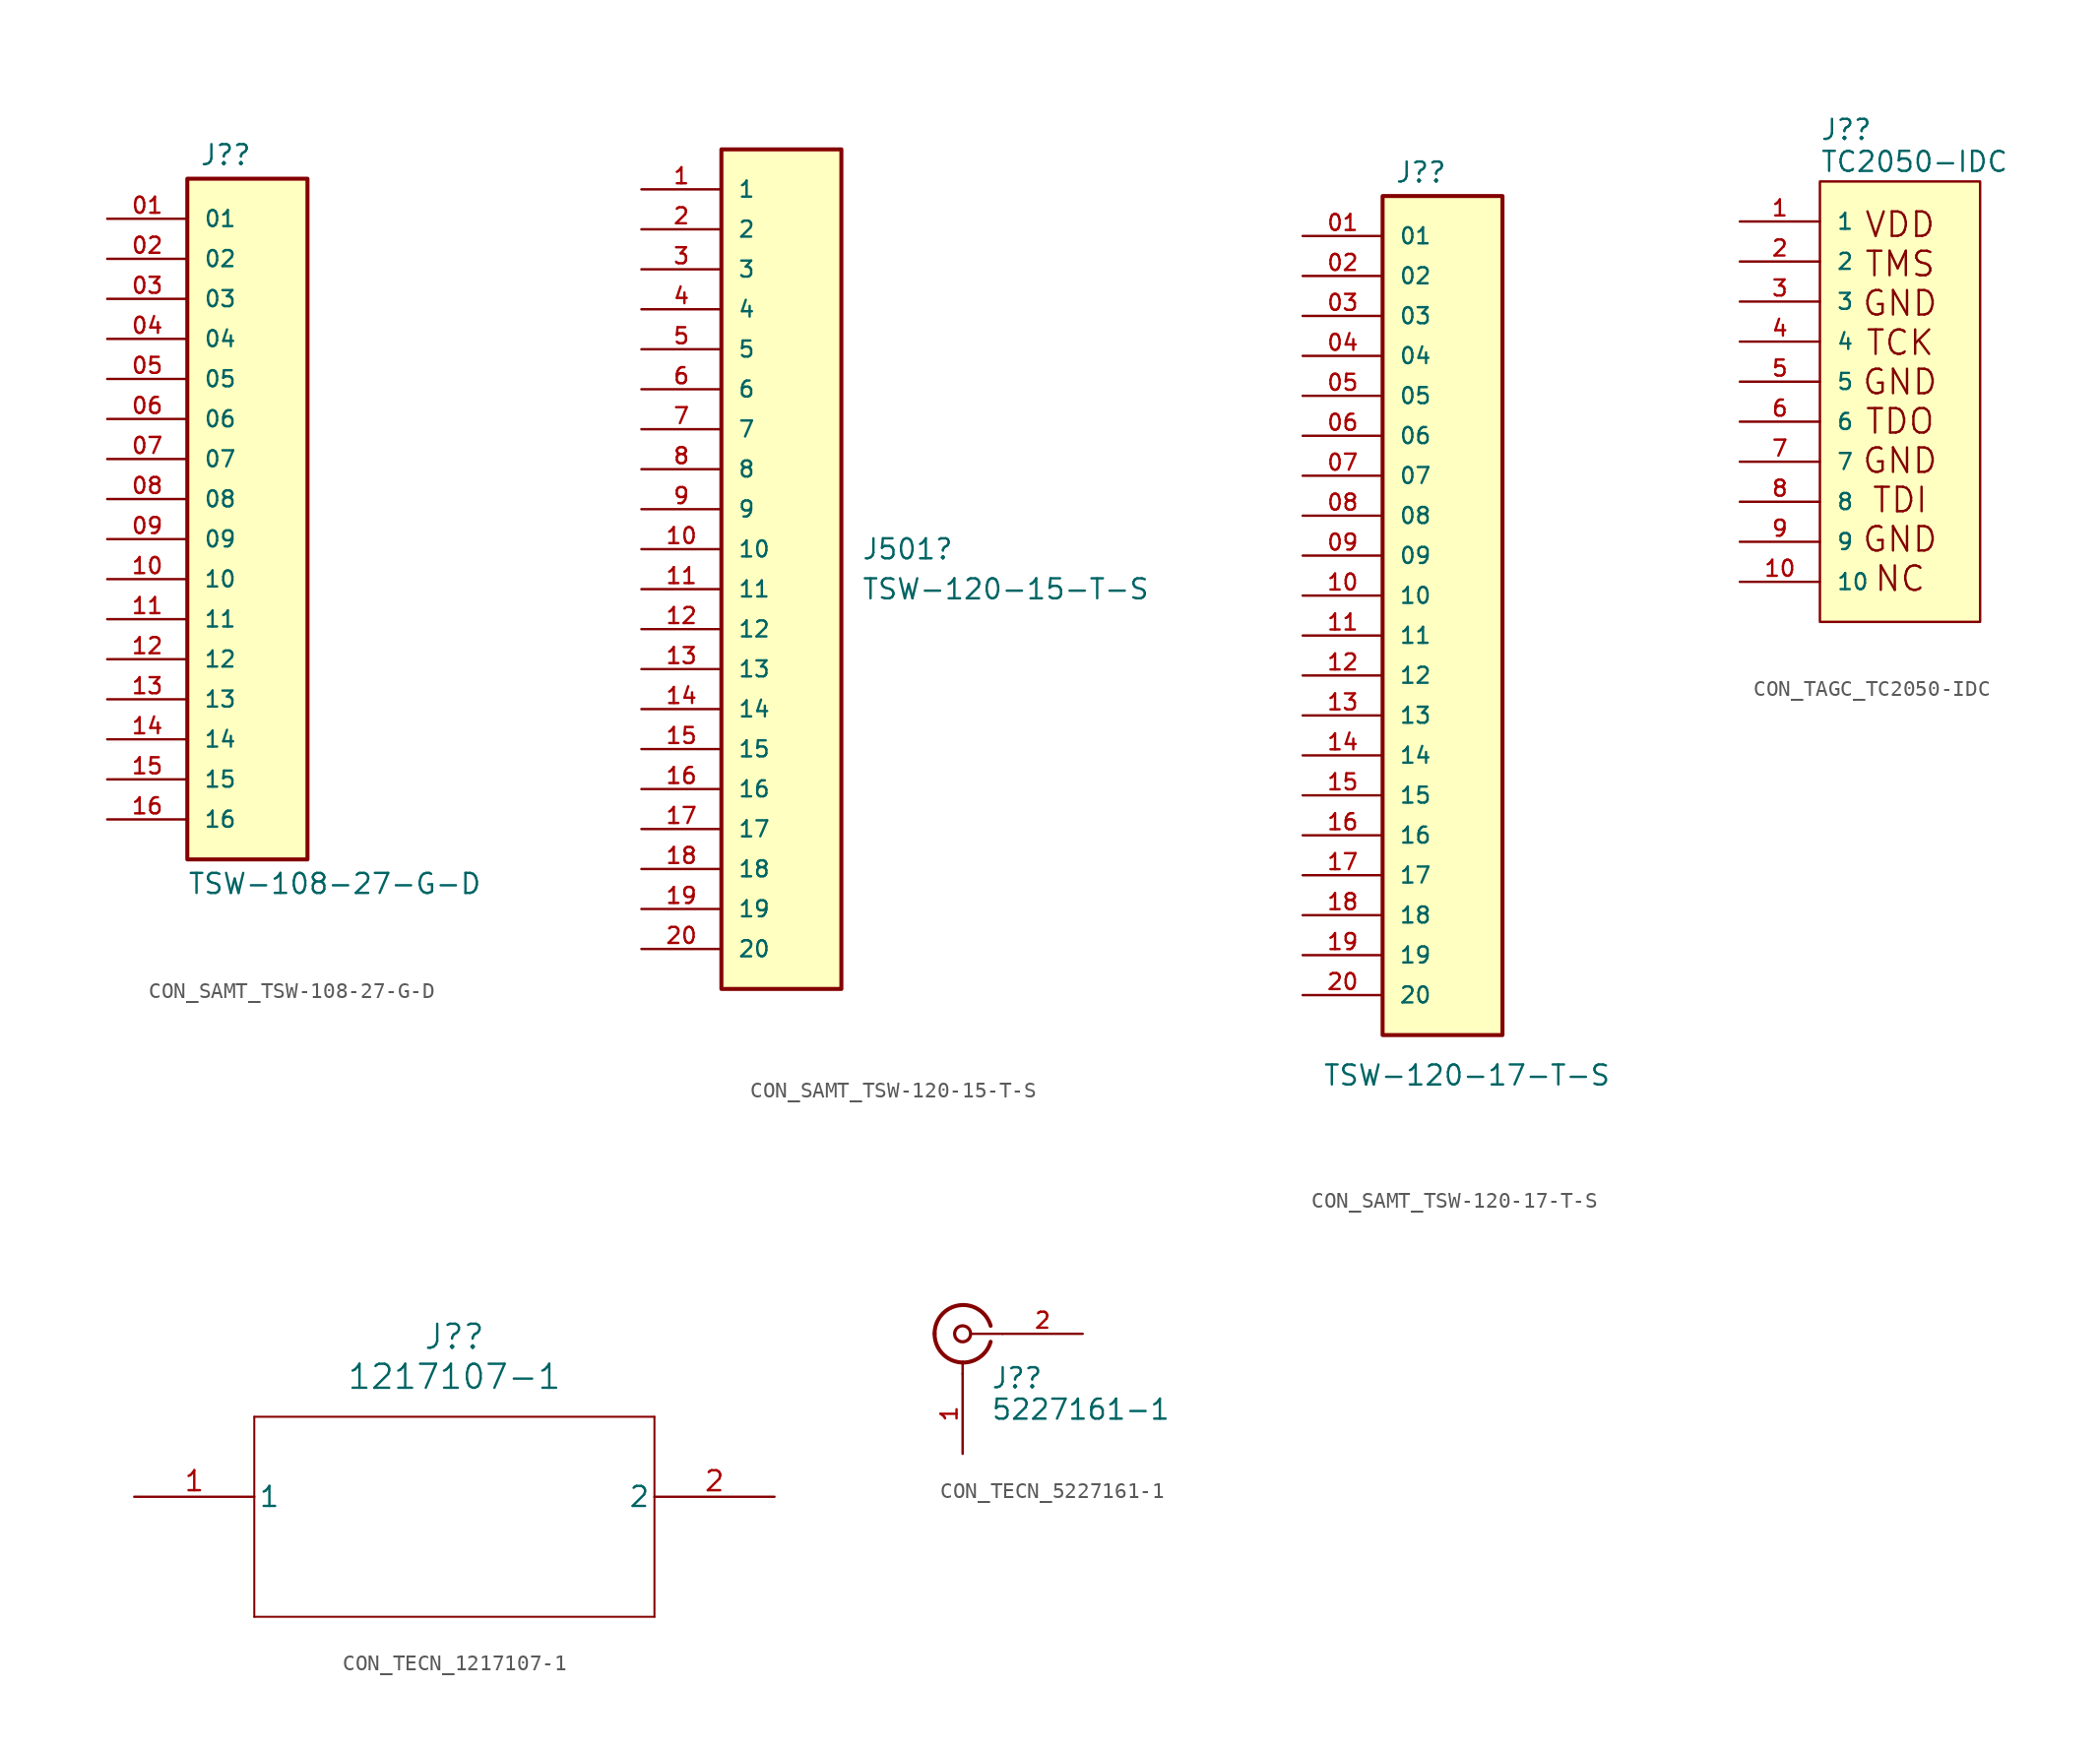
<source format=kicad_sym>
(kicad_symbol_lib
  (version 20231120)
  (generator "kicad_symbol_editor")
  (generator_version "8.0")
  (symbol "CON_SAMT_TSW-108-27-G-D"
    (pin_names
      (offset 1.016))
    (property "Reference" "J?"
      (at -3.048 22.352 0)
      (effects (font (size 1.27 1.27)) (justify left bottom)))
    (property "Value" "TSW-108-27-G-D"
      (at -3.81 -23.876 0)
      (effects (font (size 1.27 1.27)) (justify left bottom)))
    (symbol "CON_SAMT_TSW-108-27-G-D_0_0"
      (rectangle (start -3.81 21.59) (end 3.81 -21.59) (stroke (width 0.254) (type solid)) (fill (type background)))
      (pin passive line (at -8.89 19.05 0) (length 5.08) (name "01" (effects (font (size 1.016 1.016)))) (number "01" (effects (font (size 1.016 1.016)))))
      (pin passive line (at -8.89 16.51 0) (length 5.08) (name "02" (effects (font (size 1.016 1.016)))) (number "02" (effects (font (size 1.016 1.016)))))
      (pin passive line (at -8.89 13.97 0) (length 5.08) (name "03" (effects (font (size 1.016 1.016)))) (number "03" (effects (font (size 1.016 1.016)))))
      (pin passive line (at -8.89 11.43 0) (length 5.08) (name "04" (effects (font (size 1.016 1.016)))) (number "04" (effects (font (size 1.016 1.016)))))
      (pin passive line (at -8.89 8.89 0) (length 5.08) (name "05" (effects (font (size 1.016 1.016)))) (number "05" (effects (font (size 1.016 1.016)))))
      (pin passive line (at -8.89 6.35 0) (length 5.08) (name "06" (effects (font (size 1.016 1.016)))) (number "06" (effects (font (size 1.016 1.016)))))
      (pin passive line (at -8.89 3.81 0) (length 5.08) (name "07" (effects (font (size 1.016 1.016)))) (number "07" (effects (font (size 1.016 1.016)))))
      (pin passive line (at -8.89 1.27 0) (length 5.08) (name "08" (effects (font (size 1.016 1.016)))) (number "08" (effects (font (size 1.016 1.016)))))
      (pin passive line (at -8.89 -1.27 0) (length 5.08) (name "09" (effects (font (size 1.016 1.016)))) (number "09" (effects (font (size 1.016 1.016)))))
      (pin passive line (at -8.89 -3.81 0) (length 5.08) (name "10" (effects (font (size 1.016 1.016)))) (number "10" (effects (font (size 1.016 1.016)))))
      (pin passive line (at -8.89 -6.35 0) (length 5.08) (name "11" (effects (font (size 1.016 1.016)))) (number "11" (effects (font (size 1.016 1.016)))))
      (pin passive line (at -8.89 -8.89 0) (length 5.08) (name "12" (effects (font (size 1.016 1.016)))) (number "12" (effects (font (size 1.016 1.016))))))
    (symbol "CON_SAMT_TSW-108-27-G-D_1_0"
      (pin passive line (at -8.89 -11.43 0) (length 5.08) (name "13" (effects (font (size 1.016 1.016)))) (number "13" (effects (font (size 1.016 1.016)))))
      (pin passive line (at -8.89 -13.97 0) (length 5.08) (name "14" (effects (font (size 1.016 1.016)))) (number "14" (effects (font (size 1.016 1.016)))))
      (pin passive line (at -8.89 -16.51 0) (length 5.08) (name "15" (effects (font (size 1.016 1.016)))) (number "15" (effects (font (size 1.016 1.016)))))
      (pin passive line (at -8.89 -19.05 0) (length 5.08) (name "16" (effects (font (size 1.016 1.016)))) (number "16" (effects (font (size 1.016 1.016)))))))
  (symbol "CON_SAMT_TSW-120-15-T-S"
    (pin_names
      (offset 1.016))
    (property "Reference" "J501"
      (at 5.08 -3.81 0)
      (effects (font (size 1.27 1.27)) (justify left)))
    (property "Value" "TSW-120-15-T-S"
      (at 5.08 -6.35 0)
      (effects (font (size 1.27 1.27)) (justify left)))
    (symbol "CON_SAMT_TSW-120-15-T-S_0_0"
      (rectangle (start -3.81 21.59) (end 3.81 -31.75) (stroke (width 0.254) (type solid)) (fill (type background)))
      (pin passive line (at -8.89 -3.81 0) (length 5.08) (name "10" (effects (font (size 1.016 1.016)))) (number "10" (effects (font (size 1.016 1.016)))))
      (pin passive line (at -8.89 -6.35 0) (length 5.08) (name "11" (effects (font (size 1.016 1.016)))) (number "11" (effects (font (size 1.016 1.016)))))
      (pin passive line (at -8.89 -8.89 0) (length 5.08) (name "12" (effects (font (size 1.016 1.016)))) (number "12" (effects (font (size 1.016 1.016)))))
      (pin passive line (at -8.89 16.51 0) (length 5.08) (name "2" (effects (font (size 1.016 1.016)))) (number "2" (effects (font (size 1.016 1.016)))))
      (pin passive line (at -8.89 13.97 0) (length 5.08) (name "3" (effects (font (size 1.016 1.016)))) (number "3" (effects (font (size 1.016 1.016)))))
      (pin passive line (at -8.89 11.43 0) (length 5.08) (name "4" (effects (font (size 1.016 1.016)))) (number "4" (effects (font (size 1.016 1.016)))))
      (pin passive line (at -8.89 8.89 0) (length 5.08) (name "5" (effects (font (size 1.016 1.016)))) (number "5" (effects (font (size 1.016 1.016)))))
      (pin passive line (at -8.89 6.35 0) (length 5.08) (name "6" (effects (font (size 1.016 1.016)))) (number "6" (effects (font (size 1.016 1.016)))))
      (pin passive line (at -8.89 3.81 0) (length 5.08) (name "7" (effects (font (size 1.016 1.016)))) (number "7" (effects (font (size 1.016 1.016)))))
      (pin passive line (at -8.89 1.27 0) (length 5.08) (name "8" (effects (font (size 1.016 1.016)))) (number "8" (effects (font (size 1.016 1.016)))))
      (pin passive line (at -8.89 -1.27 0) (length 5.08) (name "9" (effects (font (size 1.016 1.016)))) (number "9" (effects (font (size 1.016 1.016))))))
    (symbol "CON_SAMT_TSW-120-15-T-S_1_0"
      (pin passive line (at -8.89 19.05 0) (length 5.08) (name "1" (effects (font (size 1.016 1.016)))) (number "1" (effects (font (size 1.016 1.016)))))
      (pin passive line (at -8.89 -11.43 0) (length 5.08) (name "13" (effects (font (size 1.016 1.016)))) (number "13" (effects (font (size 1.016 1.016)))))
      (pin passive line (at -8.89 -13.97 0) (length 5.08) (name "14" (effects (font (size 1.016 1.016)))) (number "14" (effects (font (size 1.016 1.016)))))
      (pin passive line (at -8.89 -16.51 0) (length 5.08) (name "15" (effects (font (size 1.016 1.016)))) (number "15" (effects (font (size 1.016 1.016)))))
      (pin passive line (at -8.89 -19.05 0) (length 5.08) (name "16" (effects (font (size 1.016 1.016)))) (number "16" (effects (font (size 1.016 1.016)))))
      (pin passive line (at -8.89 -21.59 0) (length 5.08) (name "17" (effects (font (size 1.016 1.016)))) (number "17" (effects (font (size 1.016 1.016)))))
      (pin passive line (at -8.89 -24.13 0) (length 5.08) (name "18" (effects (font (size 1.016 1.016)))) (number "18" (effects (font (size 1.016 1.016)))))
      (pin passive line (at -8.89 -26.67 0) (length 5.08) (name "19" (effects (font (size 1.016 1.016)))) (number "19" (effects (font (size 1.016 1.016)))))
      (pin passive line (at -8.89 -29.21 0) (length 5.08) (name "20" (effects (font (size 1.016 1.016)))) (number "20" (effects (font (size 1.016 1.016)))))))
  (symbol "CON_SAMT_TSW-120-17-T-S"
    (pin_names
      (offset 1.016))
    (property "Reference" "J?"
      (at -3.048 22.352 0)
      (effects (font (size 1.27 1.27)) (justify left bottom)))
    (property "Value" "TSW-120-17-T-S"
      (at -7.62 -35.052 0)
      (effects (font (size 1.27 1.27)) (justify left bottom)))
    (symbol "CON_SAMT_TSW-120-17-T-S_0_0"
      (rectangle (start -3.81 21.59) (end 3.81 -31.75) (stroke (width 0.254) (type solid)) (fill (type background)))
      (pin passive line (at -8.89 19.05 0) (length 5.08) (name "01" (effects (font (size 1.016 1.016)))) (number "01" (effects (font (size 1.016 1.016)))))
      (pin passive line (at -8.89 16.51 0) (length 5.08) (name "02" (effects (font (size 1.016 1.016)))) (number "02" (effects (font (size 1.016 1.016)))))
      (pin passive line (at -8.89 13.97 0) (length 5.08) (name "03" (effects (font (size 1.016 1.016)))) (number "03" (effects (font (size 1.016 1.016)))))
      (pin passive line (at -8.89 11.43 0) (length 5.08) (name "04" (effects (font (size 1.016 1.016)))) (number "04" (effects (font (size 1.016 1.016)))))
      (pin passive line (at -8.89 8.89 0) (length 5.08) (name "05" (effects (font (size 1.016 1.016)))) (number "05" (effects (font (size 1.016 1.016)))))
      (pin passive line (at -8.89 6.35 0) (length 5.08) (name "06" (effects (font (size 1.016 1.016)))) (number "06" (effects (font (size 1.016 1.016)))))
      (pin passive line (at -8.89 3.81 0) (length 5.08) (name "07" (effects (font (size 1.016 1.016)))) (number "07" (effects (font (size 1.016 1.016)))))
      (pin passive line (at -8.89 1.27 0) (length 5.08) (name "08" (effects (font (size 1.016 1.016)))) (number "08" (effects (font (size 1.016 1.016)))))
      (pin passive line (at -8.89 -1.27 0) (length 5.08) (name "09" (effects (font (size 1.016 1.016)))) (number "09" (effects (font (size 1.016 1.016)))))
      (pin passive line (at -8.89 -3.81 0) (length 5.08) (name "10" (effects (font (size 1.016 1.016)))) (number "10" (effects (font (size 1.016 1.016)))))
      (pin passive line (at -8.89 -6.35 0) (length 5.08) (name "11" (effects (font (size 1.016 1.016)))) (number "11" (effects (font (size 1.016 1.016)))))
      (pin passive line (at -8.89 -8.89 0) (length 5.08) (name "12" (effects (font (size 1.016 1.016)))) (number "12" (effects (font (size 1.016 1.016))))))
    (symbol "CON_SAMT_TSW-120-17-T-S_1_0"
      (pin passive line (at -8.89 -11.43 0) (length 5.08) (name "13" (effects (font (size 1.016 1.016)))) (number "13" (effects (font (size 1.016 1.016)))))
      (pin passive line (at -8.89 -13.97 0) (length 5.08) (name "14" (effects (font (size 1.016 1.016)))) (number "14" (effects (font (size 1.016 1.016)))))
      (pin passive line (at -8.89 -16.51 0) (length 5.08) (name "15" (effects (font (size 1.016 1.016)))) (number "15" (effects (font (size 1.016 1.016)))))
      (pin passive line (at -8.89 -19.05 0) (length 5.08) (name "16" (effects (font (size 1.016 1.016)))) (number "16" (effects (font (size 1.016 1.016)))))
      (pin passive line (at -8.89 -21.59 0) (length 5.08) (name "17" (effects (font (size 1.016 1.016)))) (number "17" (effects (font (size 1.016 1.016)))))
      (pin passive line (at -8.89 -24.13 0) (length 5.08) (name "18" (effects (font (size 1.016 1.016)))) (number "18" (effects (font (size 1.016 1.016)))))
      (pin passive line (at -8.89 -26.67 0) (length 5.08) (name "19" (effects (font (size 1.016 1.016)))) (number "19" (effects (font (size 1.016 1.016)))))
      (pin passive line (at -8.89 -29.21 0) (length 5.08) (name "20" (effects (font (size 1.016 1.016)))) (number "20" (effects (font (size 1.016 1.016)))))))
  (symbol "CON_TAGC_TC2050-IDC"
    (pin_names
      (offset 1.016))
    (property "Reference" "J?"
      (at -5.08 15.24 0)
      (effects (font (size 1.27 1.27)) (justify left bottom)))
    (property "Value" "TC2050-IDC"
      (at -5.08 13.208 0)
      (effects (font (size 1.27 1.27)) (justify left bottom)))
    (symbol "CON_TAGC_TC2050-IDC_0_0"
      (rectangle (start -5.08 -15.24) (end 5.08 12.7) (stroke (width 0.152) (type default)) (fill (type background)))
      (pin passive line (at -10.16 10.16 0) (length 5.08) (name "1" (effects (font (size 1.016 1.016)))) (number "1" (effects (font (size 1.016 1.016)))))
      (pin passive line (at -10.16 -12.7 0) (length 5.08) (name "10" (effects (font (size 1.016 1.016)))) (number "10" (effects (font (size 1.016 1.016)))))
      (pin passive line (at -10.16 7.62 0) (length 5.08) (name "2" (effects (font (size 1.016 1.016)))) (number "2" (effects (font (size 1.016 1.016)))))
      (pin passive line (at -10.16 5.08 0) (length 5.08) (name "3" (effects (font (size 1.016 1.016)))) (number "3" (effects (font (size 1.016 1.016)))))
      (pin passive line (at -10.16 2.54 0) (length 5.08) (name "4" (effects (font (size 1.016 1.016)))) (number "4" (effects (font (size 1.016 1.016)))))
      (pin passive line (at -10.16 0 0) (length 5.08) (name "5" (effects (font (size 1.016 1.016)))) (number "5" (effects (font (size 1.016 1.016)))))
      (pin passive line (at -10.16 -2.54 0) (length 5.08) (name "6" (effects (font (size 1.016 1.016)))) (number "6" (effects (font (size 1.016 1.016)))))
      (pin passive line (at -10.16 -5.08 0) (length 5.08) (name "7" (effects (font (size 1.016 1.016)))) (number "7" (effects (font (size 1.016 1.016)))))
      (pin passive line (at -10.16 -7.62 0) (length 5.08) (name "8" (effects (font (size 1.016 1.016)))) (number "8" (effects (font (size 1.016 1.016)))))
      (pin passive line (at -10.16 -10.16 0) (length 5.08) (name "9" (effects (font (size 1.016 1.016)))) (number "9" (effects (font (size 1.016 1.016))))))
    (symbol "CON_TAGC_TC2050-IDC_1_1"
      (text "VDD\nTMS\nGND\nTCK\nGND\nTDO\nGND\nTDI\nGND\nNC" (at 0 -1.27 0) (effects (font (size 1.55 1.55))))))
  (symbol "CON_TECN_1217107-1"
    (pin_names
      (offset 0.254))
    (property "Reference" "J?"
      (at 0 10.16 0)
      (effects (font (size 1.524 1.524))))
    (property "Value" "1217107-1"
      (at 0 7.62 0)
      (effects (font (size 1.524 1.524))))
    (symbol "CON_TECN_1217107-1_0_1"
      (polyline (pts (xy -12.7 -7.62) (xy 12.7 -7.62)) (stroke (width 0.127) (type default)) (fill (type none)))
      (polyline (pts (xy -12.7 5.08) (xy -12.7 -7.62)) (stroke (width 0.127) (type default)) (fill (type none)))
      (polyline (pts (xy 12.7 -7.62) (xy 12.7 5.08)) (stroke (width 0.127) (type default)) (fill (type none)))
      (polyline (pts (xy 12.7 5.08) (xy -12.7 5.08)) (stroke (width 0.127) (type default)) (fill (type none))))
    (symbol "CON_TECN_1217107-1_1_1"
      (pin power_in line (at -20.32 0 0) (length 7.62) (name "1" (effects (font (size 1.27 1.27)))) (number "1" (effects (font (size 1.27 1.27)))))
      (pin power_in line (at 20.32 0 180) (length 7.62) (name "2" (effects (font (size 1.27 1.27)))) (number "2" (effects (font (size 1.27 1.27)))))))
  (symbol "CON_TECN_5227161-1"
    (pin_names
      (offset 1.016))
    (property "Reference" "J?"
      (at 1.778 -3.556 0)
      (effects (font (size 1.27 1.27)) (justify left bottom)))
    (property "Value" "5227161-1"
      (at 1.778 -4.064 0)
      (effects (font (size 1.27 1.27)) (justify left top)))
    (symbol "CON_TECN_5227161-1_0_1"
      (arc (start -1.778 0) (mid -0.222 -1.8079) (end 1.778 -0.508) (stroke (width 0.254) (type default)) (fill (type none)))
      (polyline (pts (xy 0 -2.54) (xy 0 -1.778)) (stroke (width 0) (type default)) (fill (type none)))
      (polyline (pts (xy 2.54 0) (xy 0.508 0)) (stroke (width 0) (type default)) (fill (type none)))
      (circle (center 0 0) (radius 0.508) (stroke (width 0.203) (type default)) (fill (type none)))
      (arc (start 1.778 0.508) (mid -0.2221 1.8084) (end -1.778 0) (stroke (width 0.254) (type default)) (fill (type none))))
    (symbol "CON_TECN_5227161-1_1_0"
      (pin power_in line (at 0 -7.62 90) (length 5.08) (name "" (effects (font (size 1.016 1.016)))) (number "1" (effects (font (size 1.016 1.016)))))
      (pin passive line (at 7.62 0 180) (length 5.08) (name "" (effects (font (size 1.016 1.016)))) (number "2" (effects (font (size 1.016 1.016))))))))
</source>
